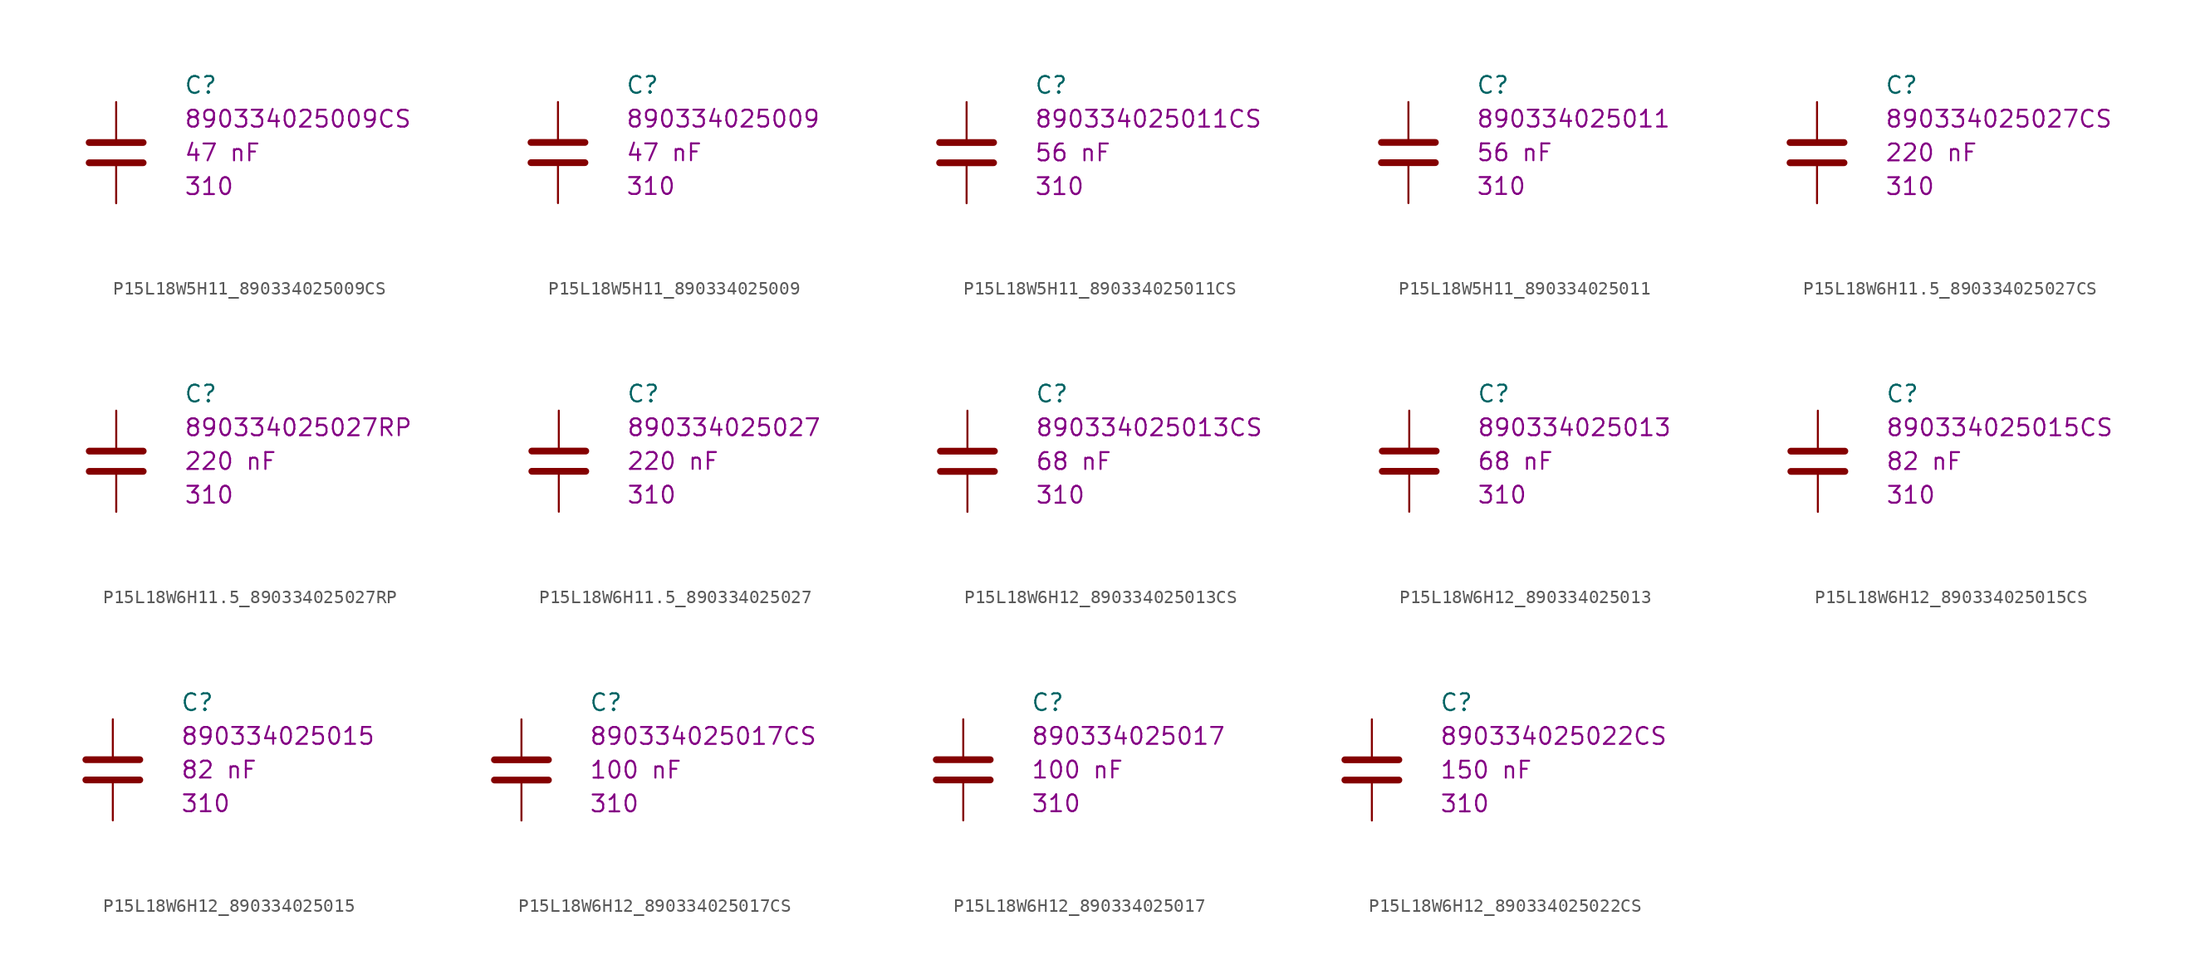
<source format=kicad_sym>
(kicad_symbol_lib
  (version 20220914)
  (generator kicad_symbol_editor)
  (symbol "P15L18W5H11_890334025009CS"
    (pin_numbers hide)
    (pin_names hide)
    (property "Reference" "C"
      (at 5.08 5.08 0)
      (effects (font (size 1.27 1.27)) (justify left)))
    (property "Part Number" "890334025009CS"
      (at 5.08 2.54 0)
      (effects (font (size 1.27 1.27)) (justify left)))
    (property "Capacitance" "47 nF"
      (at 5.08 0 0)
      (effects (font (size 1.27 1.27)) (justify left)))
    (property "Voltage" "310"
      (at 5.08 -2.54 0)
      (effects (font (size 1.27 1.27)) (justify left)))
    (property "Critical Parameter" ""
      (at 0 -7.62 0)
      (effects (font (size 1.27 1.27))))
    (symbol "P15L18W5H11_890334025009CS_0_1"
      (polyline (pts (xy -2.032 -0.762) (xy 2.032 -0.762)) (stroke (width 0.508) (type default)) (fill (type none)))
      (polyline (pts (xy -2.032 0.762) (xy 2.032 0.762)) (stroke (width 0.508) (type default)) (fill (type none))))
    (symbol "P15L18W5H11_890334025009CS_1_1"
      (pin passive line (at 0 3.81 270) (length 2.794) (name "1" (effects (font (size 1.27 1.27)))) (number "1" (effects (font (size 1.27 1.27)))))
      (pin passive line (at 0 -3.81 90) (length 2.794) (name "2" (effects (font (size 1.27 1.27)))) (number "2" (effects (font (size 1.27 1.27)))))))
  (symbol "P15L18W5H11_890334025009"
    (pin_numbers hide)
    (pin_names hide)
    (property "Reference" "C"
      (at 5.08 5.08 0)
      (effects (font (size 1.27 1.27)) (justify left)))
    (property "Part Number" "890334025009"
      (at 5.08 2.54 0)
      (effects (font (size 1.27 1.27)) (justify left)))
    (property "Capacitance" "47 nF"
      (at 5.08 0 0)
      (effects (font (size 1.27 1.27)) (justify left)))
    (property "Voltage" "310"
      (at 5.08 -2.54 0)
      (effects (font (size 1.27 1.27)) (justify left)))
    (property "Critical Parameter" ""
      (at 0 -7.62 0)
      (effects (font (size 1.27 1.27))))
    (symbol "P15L18W5H11_890334025009_0_1"
      (polyline (pts (xy -2.032 -0.762) (xy 2.032 -0.762)) (stroke (width 0.508) (type default)) (fill (type none)))
      (polyline (pts (xy -2.032 0.762) (xy 2.032 0.762)) (stroke (width 0.508) (type default)) (fill (type none))))
    (symbol "P15L18W5H11_890334025009_1_1"
      (pin passive line (at 0 3.81 270) (length 2.794) (name "1" (effects (font (size 1.27 1.27)))) (number "1" (effects (font (size 1.27 1.27)))))
      (pin passive line (at 0 -3.81 90) (length 2.794) (name "2" (effects (font (size 1.27 1.27)))) (number "2" (effects (font (size 1.27 1.27)))))))
  (symbol "P15L18W5H11_890334025011CS"
    (pin_numbers hide)
    (pin_names hide)
    (property "Reference" "C"
      (at 5.08 5.08 0)
      (effects (font (size 1.27 1.27)) (justify left)))
    (property "Part Number" "890334025011CS"
      (at 5.08 2.54 0)
      (effects (font (size 1.27 1.27)) (justify left)))
    (property "Capacitance" "56 nF"
      (at 5.08 0 0)
      (effects (font (size 1.27 1.27)) (justify left)))
    (property "Voltage" "310"
      (at 5.08 -2.54 0)
      (effects (font (size 1.27 1.27)) (justify left)))
    (property "Critical Parameter" ""
      (at 0 -7.62 0)
      (effects (font (size 1.27 1.27))))
    (symbol "P15L18W5H11_890334025011CS_0_1"
      (polyline (pts (xy -2.032 -0.762) (xy 2.032 -0.762)) (stroke (width 0.508) (type default)) (fill (type none)))
      (polyline (pts (xy -2.032 0.762) (xy 2.032 0.762)) (stroke (width 0.508) (type default)) (fill (type none))))
    (symbol "P15L18W5H11_890334025011CS_1_1"
      (pin passive line (at 0 3.81 270) (length 2.794) (name "1" (effects (font (size 1.27 1.27)))) (number "1" (effects (font (size 1.27 1.27)))))
      (pin passive line (at 0 -3.81 90) (length 2.794) (name "2" (effects (font (size 1.27 1.27)))) (number "2" (effects (font (size 1.27 1.27)))))))
  (symbol "P15L18W5H11_890334025011"
    (pin_numbers hide)
    (pin_names hide)
    (property "Reference" "C"
      (at 5.08 5.08 0)
      (effects (font (size 1.27 1.27)) (justify left)))
    (property "Part Number" "890334025011"
      (at 5.08 2.54 0)
      (effects (font (size 1.27 1.27)) (justify left)))
    (property "Capacitance" "56 nF"
      (at 5.08 0 0)
      (effects (font (size 1.27 1.27)) (justify left)))
    (property "Voltage" "310"
      (at 5.08 -2.54 0)
      (effects (font (size 1.27 1.27)) (justify left)))
    (property "Critical Parameter" ""
      (at 0 -7.62 0)
      (effects (font (size 1.27 1.27))))
    (symbol "P15L18W5H11_890334025011_0_1"
      (polyline (pts (xy -2.032 -0.762) (xy 2.032 -0.762)) (stroke (width 0.508) (type default)) (fill (type none)))
      (polyline (pts (xy -2.032 0.762) (xy 2.032 0.762)) (stroke (width 0.508) (type default)) (fill (type none))))
    (symbol "P15L18W5H11_890334025011_1_1"
      (pin passive line (at 0 3.81 270) (length 2.794) (name "1" (effects (font (size 1.27 1.27)))) (number "1" (effects (font (size 1.27 1.27)))))
      (pin passive line (at 0 -3.81 90) (length 2.794) (name "2" (effects (font (size 1.27 1.27)))) (number "2" (effects (font (size 1.27 1.27)))))))
  (symbol "P15L18W6H11.5_890334025027CS"
    (pin_numbers hide)
    (pin_names hide)
    (property "Reference" "C"
      (at 5.08 5.08 0)
      (effects (font (size 1.27 1.27)) (justify left)))
    (property "Part Number" "890334025027CS"
      (at 5.08 2.54 0)
      (effects (font (size 1.27 1.27)) (justify left)))
    (property "Capacitance" "220 nF"
      (at 5.08 0 0)
      (effects (font (size 1.27 1.27)) (justify left)))
    (property "Voltage" "310"
      (at 5.08 -2.54 0)
      (effects (font (size 1.27 1.27)) (justify left)))
    (property "Critical Parameter" ""
      (at 0 -7.62 0)
      (effects (font (size 1.27 1.27))))
    (symbol "P15L18W6H11.5_890334025027CS_0_1"
      (polyline (pts (xy -2.032 -0.762) (xy 2.032 -0.762)) (stroke (width 0.508) (type default)) (fill (type none)))
      (polyline (pts (xy -2.032 0.762) (xy 2.032 0.762)) (stroke (width 0.508) (type default)) (fill (type none))))
    (symbol "P15L18W6H11.5_890334025027CS_1_1"
      (pin passive line (at 0 3.81 270) (length 2.794) (name "1" (effects (font (size 1.27 1.27)))) (number "1" (effects (font (size 1.27 1.27)))))
      (pin passive line (at 0 -3.81 90) (length 2.794) (name "2" (effects (font (size 1.27 1.27)))) (number "2" (effects (font (size 1.27 1.27)))))))
  (symbol "P15L18W6H11.5_890334025027RP"
    (pin_numbers hide)
    (pin_names hide)
    (property "Reference" "C"
      (at 5.08 5.08 0)
      (effects (font (size 1.27 1.27)) (justify left)))
    (property "Part Number" "890334025027RP"
      (at 5.08 2.54 0)
      (effects (font (size 1.27 1.27)) (justify left)))
    (property "Capacitance" "220 nF"
      (at 5.08 0 0)
      (effects (font (size 1.27 1.27)) (justify left)))
    (property "Voltage" "310"
      (at 5.08 -2.54 0)
      (effects (font (size 1.27 1.27)) (justify left)))
    (property "Critical Parameter" ""
      (at 0 -7.62 0)
      (effects (font (size 1.27 1.27))))
    (symbol "P15L18W6H11.5_890334025027RP_0_1"
      (polyline (pts (xy -2.032 -0.762) (xy 2.032 -0.762)) (stroke (width 0.508) (type default)) (fill (type none)))
      (polyline (pts (xy -2.032 0.762) (xy 2.032 0.762)) (stroke (width 0.508) (type default)) (fill (type none))))
    (symbol "P15L18W6H11.5_890334025027RP_1_1"
      (pin passive line (at 0 3.81 270) (length 2.794) (name "1" (effects (font (size 1.27 1.27)))) (number "1" (effects (font (size 1.27 1.27)))))
      (pin passive line (at 0 -3.81 90) (length 2.794) (name "2" (effects (font (size 1.27 1.27)))) (number "2" (effects (font (size 1.27 1.27)))))))
  (symbol "P15L18W6H11.5_890334025027"
    (pin_numbers hide)
    (pin_names hide)
    (property "Reference" "C"
      (at 5.08 5.08 0)
      (effects (font (size 1.27 1.27)) (justify left)))
    (property "Part Number" "890334025027"
      (at 5.08 2.54 0)
      (effects (font (size 1.27 1.27)) (justify left)))
    (property "Capacitance" "220 nF"
      (at 5.08 0 0)
      (effects (font (size 1.27 1.27)) (justify left)))
    (property "Voltage" "310"
      (at 5.08 -2.54 0)
      (effects (font (size 1.27 1.27)) (justify left)))
    (property "Critical Parameter" ""
      (at 0 -7.62 0)
      (effects (font (size 1.27 1.27))))
    (symbol "P15L18W6H11.5_890334025027_0_1"
      (polyline (pts (xy -2.032 -0.762) (xy 2.032 -0.762)) (stroke (width 0.508) (type default)) (fill (type none)))
      (polyline (pts (xy -2.032 0.762) (xy 2.032 0.762)) (stroke (width 0.508) (type default)) (fill (type none))))
    (symbol "P15L18W6H11.5_890334025027_1_1"
      (pin passive line (at 0 3.81 270) (length 2.794) (name "1" (effects (font (size 1.27 1.27)))) (number "1" (effects (font (size 1.27 1.27)))))
      (pin passive line (at 0 -3.81 90) (length 2.794) (name "2" (effects (font (size 1.27 1.27)))) (number "2" (effects (font (size 1.27 1.27)))))))
  (symbol "P15L18W6H12_890334025013CS"
    (pin_numbers hide)
    (pin_names hide)
    (property "Reference" "C"
      (at 5.08 5.08 0)
      (effects (font (size 1.27 1.27)) (justify left)))
    (property "Part Number" "890334025013CS"
      (at 5.08 2.54 0)
      (effects (font (size 1.27 1.27)) (justify left)))
    (property "Capacitance" "68 nF"
      (at 5.08 0 0)
      (effects (font (size 1.27 1.27)) (justify left)))
    (property "Voltage" "310"
      (at 5.08 -2.54 0)
      (effects (font (size 1.27 1.27)) (justify left)))
    (property "Critical Parameter" ""
      (at 0 -7.62 0)
      (effects (font (size 1.27 1.27))))
    (symbol "P15L18W6H12_890334025013CS_0_1"
      (polyline (pts (xy -2.032 -0.762) (xy 2.032 -0.762)) (stroke (width 0.508) (type default)) (fill (type none)))
      (polyline (pts (xy -2.032 0.762) (xy 2.032 0.762)) (stroke (width 0.508) (type default)) (fill (type none))))
    (symbol "P15L18W6H12_890334025013CS_1_1"
      (pin passive line (at 0 3.81 270) (length 2.794) (name "1" (effects (font (size 1.27 1.27)))) (number "1" (effects (font (size 1.27 1.27)))))
      (pin passive line (at 0 -3.81 90) (length 2.794) (name "2" (effects (font (size 1.27 1.27)))) (number "2" (effects (font (size 1.27 1.27)))))))
  (symbol "P15L18W6H12_890334025013"
    (pin_numbers hide)
    (pin_names hide)
    (property "Reference" "C"
      (at 5.08 5.08 0)
      (effects (font (size 1.27 1.27)) (justify left)))
    (property "Part Number" "890334025013"
      (at 5.08 2.54 0)
      (effects (font (size 1.27 1.27)) (justify left)))
    (property "Capacitance" "68 nF"
      (at 5.08 0 0)
      (effects (font (size 1.27 1.27)) (justify left)))
    (property "Voltage" "310"
      (at 5.08 -2.54 0)
      (effects (font (size 1.27 1.27)) (justify left)))
    (property "Critical Parameter" ""
      (at 0 -7.62 0)
      (effects (font (size 1.27 1.27))))
    (symbol "P15L18W6H12_890334025013_0_1"
      (polyline (pts (xy -2.032 -0.762) (xy 2.032 -0.762)) (stroke (width 0.508) (type default)) (fill (type none)))
      (polyline (pts (xy -2.032 0.762) (xy 2.032 0.762)) (stroke (width 0.508) (type default)) (fill (type none))))
    (symbol "P15L18W6H12_890334025013_1_1"
      (pin passive line (at 0 3.81 270) (length 2.794) (name "1" (effects (font (size 1.27 1.27)))) (number "1" (effects (font (size 1.27 1.27)))))
      (pin passive line (at 0 -3.81 90) (length 2.794) (name "2" (effects (font (size 1.27 1.27)))) (number "2" (effects (font (size 1.27 1.27)))))))
  (symbol "P15L18W6H12_890334025015CS"
    (pin_numbers hide)
    (pin_names hide)
    (property "Reference" "C"
      (at 5.08 5.08 0)
      (effects (font (size 1.27 1.27)) (justify left)))
    (property "Part Number" "890334025015CS"
      (at 5.08 2.54 0)
      (effects (font (size 1.27 1.27)) (justify left)))
    (property "Capacitance" "82 nF"
      (at 5.08 0 0)
      (effects (font (size 1.27 1.27)) (justify left)))
    (property "Voltage" "310"
      (at 5.08 -2.54 0)
      (effects (font (size 1.27 1.27)) (justify left)))
    (property "Critical Parameter" ""
      (at 0 -7.62 0)
      (effects (font (size 1.27 1.27))))
    (symbol "P15L18W6H12_890334025015CS_0_1"
      (polyline (pts (xy -2.032 -0.762) (xy 2.032 -0.762)) (stroke (width 0.508) (type default)) (fill (type none)))
      (polyline (pts (xy -2.032 0.762) (xy 2.032 0.762)) (stroke (width 0.508) (type default)) (fill (type none))))
    (symbol "P15L18W6H12_890334025015CS_1_1"
      (pin passive line (at 0 3.81 270) (length 2.794) (name "1" (effects (font (size 1.27 1.27)))) (number "1" (effects (font (size 1.27 1.27)))))
      (pin passive line (at 0 -3.81 90) (length 2.794) (name "2" (effects (font (size 1.27 1.27)))) (number "2" (effects (font (size 1.27 1.27)))))))
  (symbol "P15L18W6H12_890334025015"
    (pin_numbers hide)
    (pin_names hide)
    (property "Reference" "C"
      (at 5.08 5.08 0)
      (effects (font (size 1.27 1.27)) (justify left)))
    (property "Part Number" "890334025015"
      (at 5.08 2.54 0)
      (effects (font (size 1.27 1.27)) (justify left)))
    (property "Capacitance" "82 nF"
      (at 5.08 0 0)
      (effects (font (size 1.27 1.27)) (justify left)))
    (property "Voltage" "310"
      (at 5.08 -2.54 0)
      (effects (font (size 1.27 1.27)) (justify left)))
    (property "Critical Parameter" ""
      (at 0 -7.62 0)
      (effects (font (size 1.27 1.27))))
    (symbol "P15L18W6H12_890334025015_0_1"
      (polyline (pts (xy -2.032 -0.762) (xy 2.032 -0.762)) (stroke (width 0.508) (type default)) (fill (type none)))
      (polyline (pts (xy -2.032 0.762) (xy 2.032 0.762)) (stroke (width 0.508) (type default)) (fill (type none))))
    (symbol "P15L18W6H12_890334025015_1_1"
      (pin passive line (at 0 3.81 270) (length 2.794) (name "1" (effects (font (size 1.27 1.27)))) (number "1" (effects (font (size 1.27 1.27)))))
      (pin passive line (at 0 -3.81 90) (length 2.794) (name "2" (effects (font (size 1.27 1.27)))) (number "2" (effects (font (size 1.27 1.27)))))))
  (symbol "P15L18W6H12_890334025017CS"
    (pin_numbers hide)
    (pin_names hide)
    (property "Reference" "C"
      (at 5.08 5.08 0)
      (effects (font (size 1.27 1.27)) (justify left)))
    (property "Part Number" "890334025017CS"
      (at 5.08 2.54 0)
      (effects (font (size 1.27 1.27)) (justify left)))
    (property "Capacitance" "100 nF"
      (at 5.08 0 0)
      (effects (font (size 1.27 1.27)) (justify left)))
    (property "Voltage" "310"
      (at 5.08 -2.54 0)
      (effects (font (size 1.27 1.27)) (justify left)))
    (property "Critical Parameter" ""
      (at 0 -7.62 0)
      (effects (font (size 1.27 1.27))))
    (symbol "P15L18W6H12_890334025017CS_0_1"
      (polyline (pts (xy -2.032 -0.762) (xy 2.032 -0.762)) (stroke (width 0.508) (type default)) (fill (type none)))
      (polyline (pts (xy -2.032 0.762) (xy 2.032 0.762)) (stroke (width 0.508) (type default)) (fill (type none))))
    (symbol "P15L18W6H12_890334025017CS_1_1"
      (pin passive line (at 0 3.81 270) (length 2.794) (name "1" (effects (font (size 1.27 1.27)))) (number "1" (effects (font (size 1.27 1.27)))))
      (pin passive line (at 0 -3.81 90) (length 2.794) (name "2" (effects (font (size 1.27 1.27)))) (number "2" (effects (font (size 1.27 1.27)))))))
  (symbol "P15L18W6H12_890334025017"
    (pin_numbers hide)
    (pin_names hide)
    (property "Reference" "C"
      (at 5.08 5.08 0)
      (effects (font (size 1.27 1.27)) (justify left)))
    (property "Part Number" "890334025017"
      (at 5.08 2.54 0)
      (effects (font (size 1.27 1.27)) (justify left)))
    (property "Capacitance" "100 nF"
      (at 5.08 0 0)
      (effects (font (size 1.27 1.27)) (justify left)))
    (property "Voltage" "310"
      (at 5.08 -2.54 0)
      (effects (font (size 1.27 1.27)) (justify left)))
    (property "Critical Parameter" ""
      (at 0 -7.62 0)
      (effects (font (size 1.27 1.27))))
    (symbol "P15L18W6H12_890334025017_0_1"
      (polyline (pts (xy -2.032 -0.762) (xy 2.032 -0.762)) (stroke (width 0.508) (type default)) (fill (type none)))
      (polyline (pts (xy -2.032 0.762) (xy 2.032 0.762)) (stroke (width 0.508) (type default)) (fill (type none))))
    (symbol "P15L18W6H12_890334025017_1_1"
      (pin passive line (at 0 3.81 270) (length 2.794) (name "1" (effects (font (size 1.27 1.27)))) (number "1" (effects (font (size 1.27 1.27)))))
      (pin passive line (at 0 -3.81 90) (length 2.794) (name "2" (effects (font (size 1.27 1.27)))) (number "2" (effects (font (size 1.27 1.27)))))))
  (symbol "P15L18W6H12_890334025022CS"
    (pin_numbers hide)
    (pin_names hide)
    (property "Reference" "C"
      (at 5.08 5.08 0)
      (effects (font (size 1.27 1.27)) (justify left)))
    (property "Part Number" "890334025022CS"
      (at 5.08 2.54 0)
      (effects (font (size 1.27 1.27)) (justify left)))
    (property "Capacitance" "150 nF"
      (at 5.08 0 0)
      (effects (font (size 1.27 1.27)) (justify left)))
    (property "Voltage" "310"
      (at 5.08 -2.54 0)
      (effects (font (size 1.27 1.27)) (justify left)))
    (property "Critical Parameter" ""
      (at 0 -7.62 0)
      (effects (font (size 1.27 1.27))))
    (symbol "P15L18W6H12_890334025022CS_0_1"
      (polyline (pts (xy -2.032 -0.762) (xy 2.032 -0.762)) (stroke (width 0.508) (type default)) (fill (type none)))
      (polyline (pts (xy -2.032 0.762) (xy 2.032 0.762)) (stroke (width 0.508) (type default)) (fill (type none))))
    (symbol "P15L18W6H12_890334025022CS_1_1"
      (pin passive line (at 0 3.81 270) (length 2.794) (name "1" (effects (font (size 1.27 1.27)))) (number "1" (effects (font (size 1.27 1.27)))))
      (pin passive line (at 0 -3.81 90) (length 2.794) (name "2" (effects (font (size 1.27 1.27)))) (number "2" (effects (font (size 1.27 1.27))))))))
</source>
